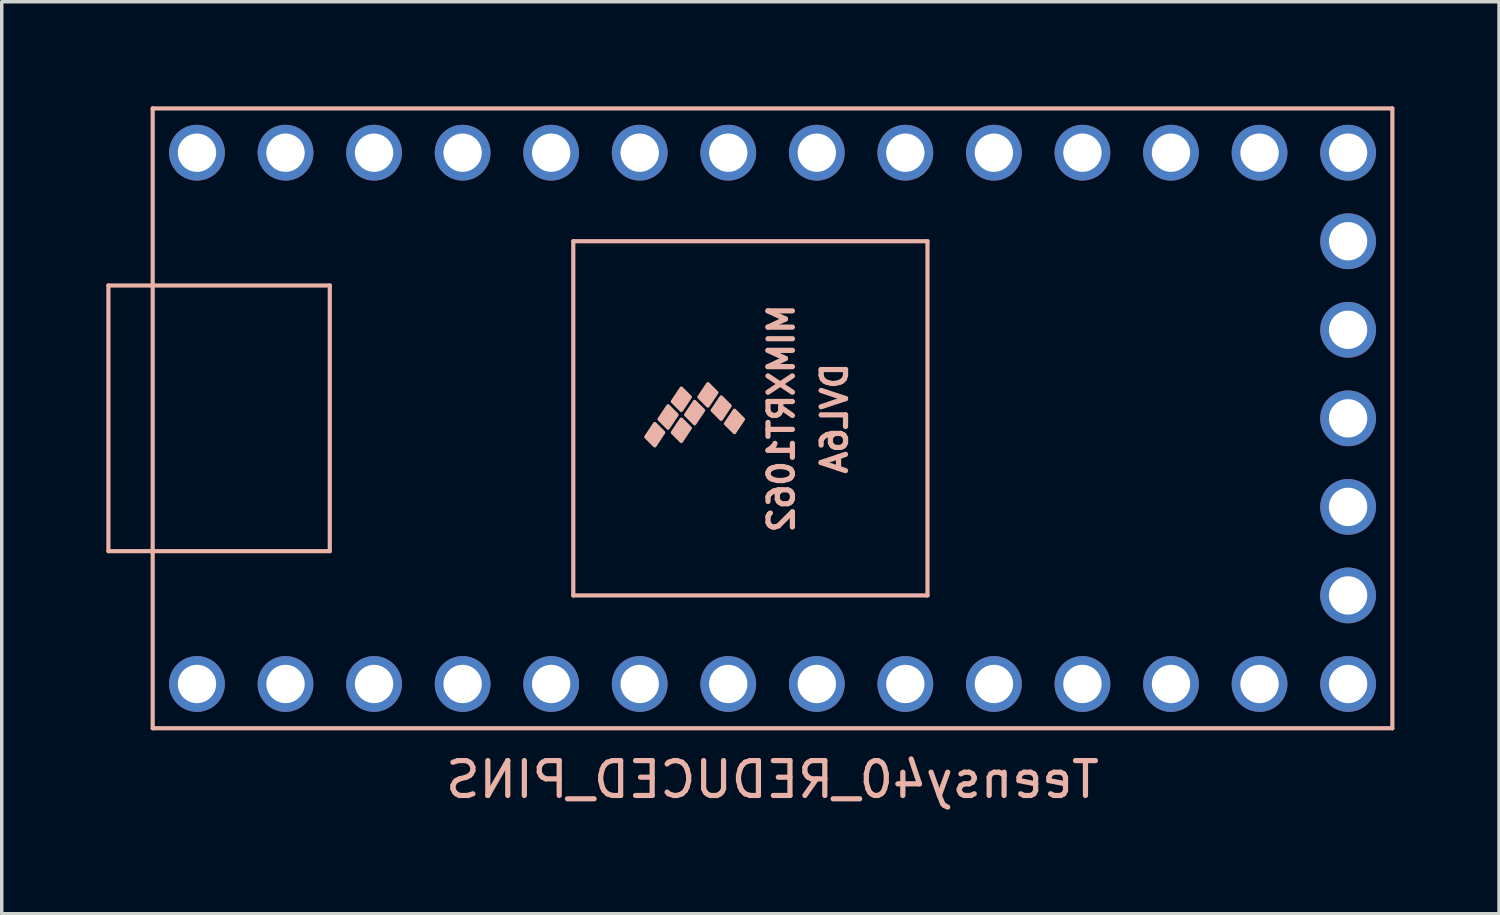
<source format=kicad_pcb>
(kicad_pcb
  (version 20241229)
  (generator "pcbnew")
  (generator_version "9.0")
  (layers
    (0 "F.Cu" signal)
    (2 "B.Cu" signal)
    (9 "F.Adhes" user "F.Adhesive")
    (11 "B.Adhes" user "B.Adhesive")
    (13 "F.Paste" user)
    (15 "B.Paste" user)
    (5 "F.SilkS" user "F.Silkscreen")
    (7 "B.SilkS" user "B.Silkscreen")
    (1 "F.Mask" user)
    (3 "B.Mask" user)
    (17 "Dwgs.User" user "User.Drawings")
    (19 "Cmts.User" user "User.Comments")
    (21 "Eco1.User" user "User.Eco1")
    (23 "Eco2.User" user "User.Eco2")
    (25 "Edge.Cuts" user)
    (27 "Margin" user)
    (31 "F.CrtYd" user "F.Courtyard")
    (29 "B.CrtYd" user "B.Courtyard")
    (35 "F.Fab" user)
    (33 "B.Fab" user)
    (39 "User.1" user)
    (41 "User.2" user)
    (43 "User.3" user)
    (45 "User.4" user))
  (footprint "Teensy40_REDUCED_PINS"
    (layer "F.Cu")
    (at 19.11 8.95)
    (property "Reference" "Teensy40_REDUCED_PINS" (at 0 10.363 0) (layer "B.SilkS") (effects (font (size 1 1) (thickness 0.15)) (justify mirror)))
    (attr through_hole)
    (fp_line (start -19.05 -3.81) (end -19.05 3.81) (stroke (width 0.12) (type solid)) (layer "B.SilkS"))
    (fp_line (start -19.05 3.81) (end -17.78 3.81) (stroke (width 0.12) (type solid)) (layer "B.SilkS"))
    (fp_line (start -17.78 -8.89) (end 17.78 -8.89) (stroke (width 0.12) (type solid)) (layer "B.SilkS"))
    (fp_line (start -17.78 -3.81) (end -19.05 -3.81) (stroke (width 0.12) (type solid)) (layer "B.SilkS"))
    (fp_line (start -17.78 3.81) (end -12.7 3.81) (stroke (width 0.12) (type solid)) (layer "B.SilkS"))
    (fp_line (start -17.78 8.89) (end -17.78 -8.89) (stroke (width 0.12) (type solid)) (layer "B.SilkS"))
    (fp_line (start -12.7 -3.81) (end -17.78 -3.81) (stroke (width 0.12) (type solid)) (layer "B.SilkS"))
    (fp_line (start -12.7 3.81) (end -12.7 -3.81) (stroke (width 0.12) (type solid)) (layer "B.SilkS"))
    (fp_line (start -5.715 -5.08) (end 4.445 -5.08) (stroke (width 0.12) (type solid)) (layer "B.SilkS"))
    (fp_line (start -5.715 5.08) (end -5.715 -5.08) (stroke (width 0.12) (type solid)) (layer "B.SilkS"))
    (fp_line (start 4.445 -5.08) (end 4.445 5.08) (stroke (width 0.12) (type solid)) (layer "B.SilkS"))
    (fp_line (start 4.445 5.08) (end -5.715 5.08) (stroke (width 0.12) (type solid)) (layer "B.SilkS"))
    (fp_line (start 17.78 -8.89) (end 17.78 8.89) (stroke (width 0.12) (type solid)) (layer "B.SilkS"))
    (fp_line (start 17.78 8.89) (end -17.78 8.89) (stroke (width 0.12) (type solid)) (layer "B.SilkS"))
    (fp_poly (pts (xy -3.124 0.406) (xy -3.378 0.152) (xy -3.632 0.533) (xy -3.378 0.787)) (stroke (width 0.1) (type solid)) (fill yes) (layer "B.SilkS"))
    (fp_poly (pts (xy -2.743 -0.102) (xy -2.997 -0.356) (xy -3.251 0.025) (xy -2.997 0.279)) (stroke (width 0.1) (type solid)) (fill yes) (layer "B.SilkS"))
    (fp_poly (pts (xy -2.362 -0.61) (xy -2.616 -0.864) (xy -2.87 -0.483) (xy -2.616 -0.229)) (stroke (width 0.1) (type solid)) (fill yes) (layer "B.SilkS"))
    (fp_poly (pts (xy -2.362 0.279) (xy -2.616 0.025) (xy -2.87 0.406) (xy -2.616 0.66)) (stroke (width 0.1) (type solid)) (fill yes) (layer "B.SilkS"))
    (fp_poly (pts (xy -1.981 -0.229) (xy -2.235 -0.483) (xy -2.489 -0.102) (xy -2.235 0.152)) (stroke (width 0.1) (type solid)) (fill yes) (layer "B.SilkS"))
    (fp_poly (pts (xy -1.6 -0.737) (xy -1.854 -0.991) (xy -2.108 -0.61) (xy -1.854 -0.356)) (stroke (width 0.1) (type solid)) (fill yes) (layer "B.SilkS"))
    (fp_poly (pts (xy -1.219 -0.356) (xy -1.473 -0.61) (xy -1.727 -0.229) (xy -1.473 0.025)) (stroke (width 0.1) (type solid)) (fill yes) (layer "B.SilkS"))
    (fp_poly (pts (xy -0.838 0.025) (xy -1.092 -0.229) (xy -1.346 0.152) (xy -1.092 0.406)) (stroke (width 0.1) (type solid)) (fill yes) (layer "B.SilkS"))
    (fp_text user "DVL6A" (at 1.778 0 270) (layer "B.SilkS") (effects (font (size 0.7 0.7) (thickness 0.15)) (justify mirror)))
    (fp_text user "MIMXRT1062" (at 0.254 0 270) (layer "B.SilkS") (effects (font (size 0.7 0.7) (thickness 0.15)) (justify mirror)))
    (pad "1" thru_hole circle (at -16.51 7.62) (size 1.6 1.6) (drill 1.1) (layers "*.Cu" "*.Mask"))
    (pad "2" thru_hole circle (at -13.97 7.62) (size 1.6 1.6) (drill 1.1) (layers "*.Cu" "*.Mask"))
    (pad "3" thru_hole circle (at -11.43 7.62) (size 1.6 1.6) (drill 1.1) (layers "*.Cu" "*.Mask"))
    (pad "4" thru_hole circle (at -8.89 7.62) (size 1.6 1.6) (drill 1.1) (layers "*.Cu" "*.Mask"))
    (pad "5" thru_hole circle (at -6.35 7.62) (size 1.6 1.6) (drill 1.1) (layers "*.Cu" "*.Mask"))
    (pad "6" thru_hole circle (at -3.81 7.62) (size 1.6 1.6) (drill 1.1) (layers "*.Cu" "*.Mask"))
    (pad "7" thru_hole circle (at -1.27 7.62) (size 1.6 1.6) (drill 1.1) (layers "*.Cu" "*.Mask"))
    (pad "8" thru_hole circle (at 1.27 7.62) (size 1.6 1.6) (drill 1.1) (layers "*.Cu" "*.Mask"))
    (pad "9" thru_hole circle (at 3.81 7.62) (size 1.6 1.6) (drill 1.1) (layers "*.Cu" "*.Mask"))
    (pad "10" thru_hole circle (at 6.35 7.62) (size 1.6 1.6) (drill 1.1) (layers "*.Cu" "*.Mask"))
    (pad "11" thru_hole circle (at 8.89 7.62) (size 1.6 1.6) (drill 1.1) (layers "*.Cu" "*.Mask"))
    (pad "12" thru_hole circle (at 11.43 7.62) (size 1.6 1.6) (drill 1.1) (layers "*.Cu" "*.Mask"))
    (pad "13" thru_hole circle (at 13.97 7.62) (size 1.6 1.6) (drill 1.1) (layers "*.Cu" "*.Mask"))
    (pad "14" thru_hole circle (at 16.51 7.62) (size 1.6 1.6) (drill 1.1) (layers "*.Cu" "*.Mask"))
    (pad "15" thru_hole circle (at 16.51 5.08) (size 1.6 1.6) (drill 1.1) (layers "*.Cu" "*.Mask"))
    (pad "16" thru_hole circle (at 16.51 2.54) (size 1.6 1.6) (drill 1.1) (layers "*.Cu" "*.Mask"))
    (pad "17" thru_hole circle (at 16.51 0) (size 1.6 1.6) (drill 1.1) (layers "*.Cu" "*.Mask"))
    (pad "18" thru_hole circle (at 16.51 -2.54) (size 1.6 1.6) (drill 1.1) (layers "*.Cu" "*.Mask"))
    (pad "19" thru_hole circle (at 16.51 -5.08) (size 1.6 1.6) (drill 1.1) (layers "*.Cu" "*.Mask"))
    (pad "20" thru_hole circle (at 16.51 -7.62) (size 1.6 1.6) (drill 1.1) (layers "*.Cu" "*.Mask"))
    (pad "21" thru_hole circle (at 13.97 -7.62) (size 1.6 1.6) (drill 1.1) (layers "*.Cu" "*.Mask"))
    (pad "22" thru_hole circle (at 11.43 -7.62) (size 1.6 1.6) (drill 1.1) (layers "*.Cu" "*.Mask"))
    (pad "23" thru_hole circle (at 8.89 -7.62) (size 1.6 1.6) (drill 1.1) (layers "*.Cu" "*.Mask"))
    (pad "24" thru_hole circle (at 6.35 -7.62) (size 1.6 1.6) (drill 1.1) (layers "*.Cu" "*.Mask"))
    (pad "25" thru_hole circle (at 3.81 -7.62) (size 1.6 1.6) (drill 1.1) (layers "*.Cu" "*.Mask"))
    (pad "26" thru_hole circle (at 1.27 -7.62) (size 1.6 1.6) (drill 1.1) (layers "*.Cu" "*.Mask"))
    (pad "27" thru_hole circle (at -1.27 -7.62) (size 1.6 1.6) (drill 1.1) (layers "*.Cu" "*.Mask"))
    (pad "28" thru_hole circle (at -3.81 -7.62) (size 1.6 1.6) (drill 1.1) (layers "*.Cu" "*.Mask"))
    (pad "29" thru_hole circle (at -6.35 -7.62) (size 1.6 1.6) (drill 1.1) (layers "*.Cu" "*.Mask"))
    (pad "30" thru_hole circle (at -8.89 -7.62) (size 1.6 1.6) (drill 1.1) (layers "*.Cu" "*.Mask"))
    (pad "31" thru_hole circle (at -11.43 -7.62) (size 1.6 1.6) (drill 1.1) (layers "*.Cu" "*.Mask"))
    (pad "32" thru_hole circle (at -13.97 -7.62) (size 1.6 1.6) (drill 1.1) (layers "*.Cu" "*.Mask"))
    (pad "33" thru_hole circle (at -16.51 -7.62) (size 1.6 1.6) (drill 1.1) (layers "*.Cu" "*.Mask")))
  (gr_rect
    (start -3 -3)
    (end 39.95 23.161)
    (stroke (width 0.1) (type default))
    (fill no)
    (layer "Edge.Cuts")))
</source>
